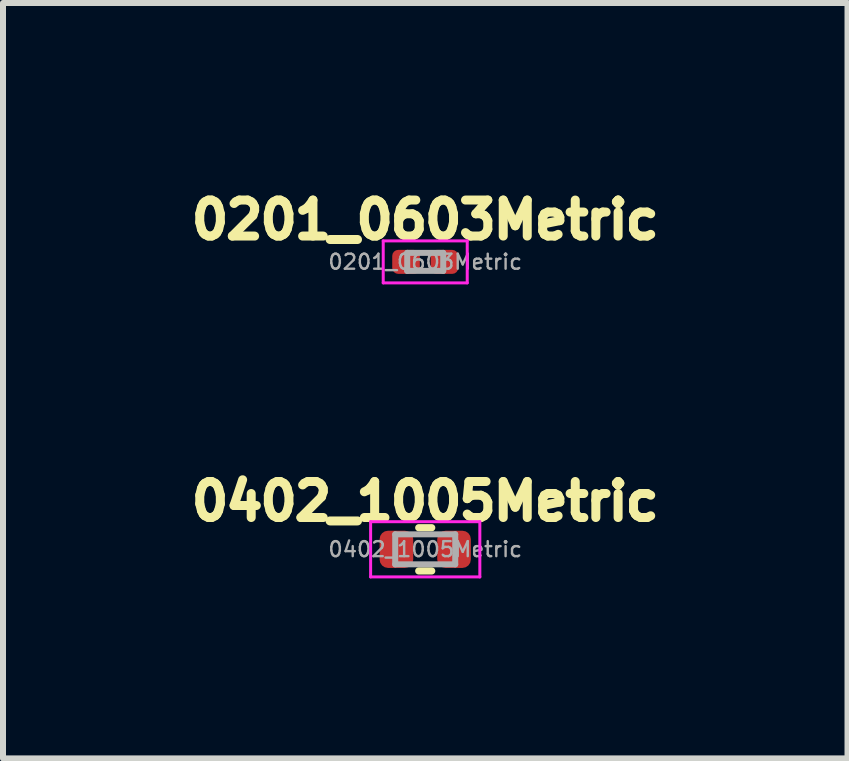
<source format=kicad_pcb>
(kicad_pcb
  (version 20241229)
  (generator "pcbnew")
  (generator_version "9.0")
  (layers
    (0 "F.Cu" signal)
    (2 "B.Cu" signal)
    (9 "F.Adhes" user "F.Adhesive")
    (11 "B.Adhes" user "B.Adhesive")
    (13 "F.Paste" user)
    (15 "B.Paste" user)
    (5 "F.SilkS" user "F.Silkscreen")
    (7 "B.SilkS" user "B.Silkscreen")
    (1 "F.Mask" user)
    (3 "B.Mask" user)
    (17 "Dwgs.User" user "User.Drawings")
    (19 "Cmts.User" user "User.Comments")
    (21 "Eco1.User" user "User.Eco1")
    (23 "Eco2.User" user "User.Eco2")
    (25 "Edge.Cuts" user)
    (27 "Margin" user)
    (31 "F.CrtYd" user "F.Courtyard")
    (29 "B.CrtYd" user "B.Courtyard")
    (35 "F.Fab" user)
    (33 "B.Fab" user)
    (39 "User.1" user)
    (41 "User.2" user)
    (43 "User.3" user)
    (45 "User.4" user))
  (footprint "0201_0603Metric"
    (layer "F.Cu")
    (at 4.036 1.314)
    (property "Reference" "0201_0603Metric" (at 0 -0.7 0) (layer "F.SilkS") (effects (font (size 0.6 0.6) (thickness 0.15))))
    (attr smd)
    (fp_line (start -0.7 -0.35) (end 0.7 -0.35) (stroke (width 0.05) (type solid)) (layer "F.CrtYd"))
    (fp_line (start -0.7 0.35) (end -0.7 -0.35) (stroke (width 0.05) (type solid)) (layer "F.CrtYd"))
    (fp_line (start 0.7 -0.35) (end 0.7 0.35) (stroke (width 0.05) (type solid)) (layer "F.CrtYd"))
    (fp_line (start 0.7 0.35) (end -0.7 0.35) (stroke (width 0.05) (type solid)) (layer "F.CrtYd"))
    (fp_line (start -0.3 -0.15) (end 0.3 -0.15) (stroke (width 0.1) (type solid)) (layer "F.Fab"))
    (fp_line (start -0.3 0.15) (end -0.3 -0.15) (stroke (width 0.1) (type solid)) (layer "F.Fab"))
    (fp_line (start 0.3 -0.15) (end 0.3 0.15) (stroke (width 0.1) (type solid)) (layer "F.Fab"))
    (fp_line (start 0.3 0.15) (end -0.3 0.15) (stroke (width 0.1) (type solid)) (layer "F.Fab"))
    (fp_text user "${REFERENCE}" (at 0 0 0) (layer "F.Fab") (effects (font (size 0.25 0.25) (thickness 0.04))))
    (pad "" smd roundrect (at -0.345 0) (size 0.318 0.36) (layers "F.Paste") (roundrect_rratio 0.25))
    (pad "" smd roundrect (at 0.345 0) (size 0.318 0.36) (layers "F.Paste") (roundrect_rratio 0.25))
    (pad "1" smd roundrect (at -0.32 0) (size 0.46 0.4) (layers "F.Cu" "F.Mask") (roundrect_rratio 0.25))
    (pad "2" smd roundrect (at 0.32 0) (size 0.46 0.4) (layers "F.Cu" "F.Mask") (roundrect_rratio 0.25)))
  (footprint "0402_1005Metric"
    (layer "F.Cu")
    (at 4.036 6.104)
    (property "Reference" "0402_1005Metric" (at 0 -0.8 0) (layer "F.SilkS") (effects (font (size 0.6 0.6) (thickness 0.15))))
    (attr smd)
    (fp_line (start -0.108 -0.36) (end 0.108 -0.36) (stroke (width 0.12) (type solid)) (layer "F.SilkS"))
    (fp_line (start -0.108 0.36) (end 0.108 0.36) (stroke (width 0.12) (type solid)) (layer "F.SilkS"))
    (fp_line (start -0.91 -0.46) (end 0.91 -0.46) (stroke (width 0.05) (type solid)) (layer "F.CrtYd"))
    (fp_line (start -0.91 0.46) (end -0.91 -0.46) (stroke (width 0.05) (type solid)) (layer "F.CrtYd"))
    (fp_line (start 0.91 -0.46) (end 0.91 0.46) (stroke (width 0.05) (type solid)) (layer "F.CrtYd"))
    (fp_line (start 0.91 0.46) (end -0.91 0.46) (stroke (width 0.05) (type solid)) (layer "F.CrtYd"))
    (fp_line (start -0.5 -0.25) (end 0.5 -0.25) (stroke (width 0.1) (type solid)) (layer "F.Fab"))
    (fp_line (start -0.5 0.25) (end -0.5 -0.25) (stroke (width 0.1) (type solid)) (layer "F.Fab"))
    (fp_line (start 0.5 -0.25) (end 0.5 0.25) (stroke (width 0.1) (type solid)) (layer "F.Fab"))
    (fp_line (start 0.5 0.25) (end -0.5 0.25) (stroke (width 0.1) (type solid)) (layer "F.Fab"))
    (fp_text user "${REFERENCE}" (at 0 0 0) (layer "F.Fab") (effects (font (size 0.25 0.25) (thickness 0.04))))
    (pad "1" smd roundrect (at -0.48 0) (size 0.56 0.62) (layers "F.Cu" "F.Mask" "F.Paste") (roundrect_rratio 0.25))
    (pad "2" smd roundrect (at 0.48 0) (size 0.56 0.62) (layers "F.Cu" "F.Mask" "F.Paste") (roundrect_rratio 0.25)))
  (gr_rect
    (start -3 -3)
    (end 11.073 9.588)
    (stroke (width 0.1) (type default))
    (fill no)
    (layer "Edge.Cuts")))
</source>
